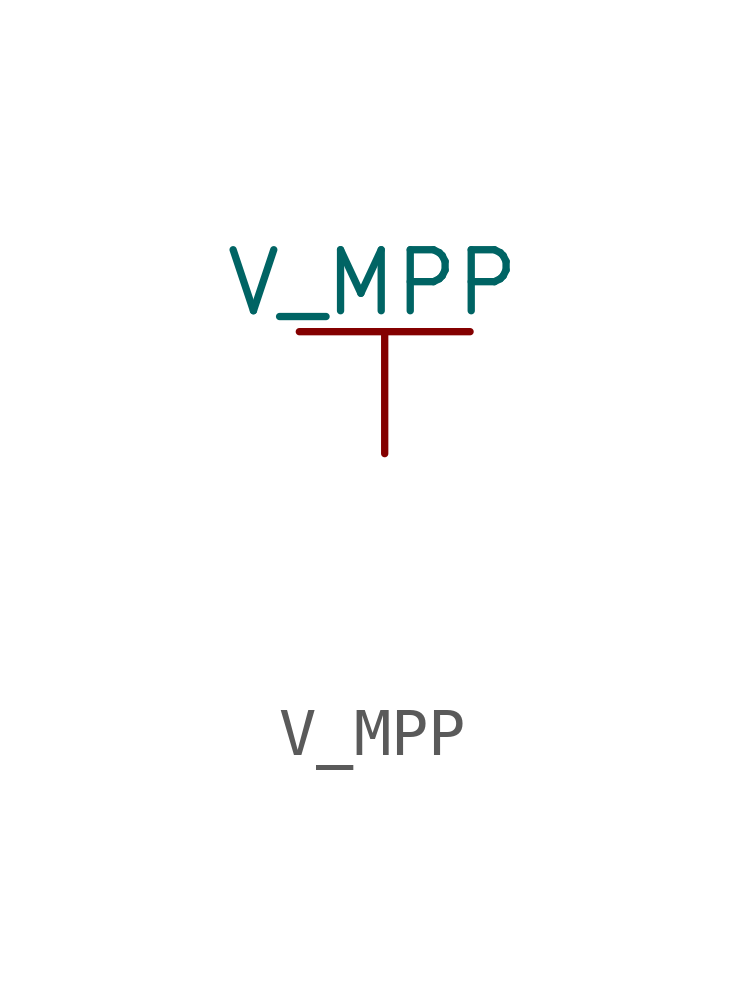
<source format=kicad_sym>
(kicad_symbol_lib
  (version 20231120)
  (generator "kicad_symbol_editor")
  (generator_version "8.0")
  (symbol "V_MPP"
    (power)
    (pin_numbers hide)
    (pin_names
      (offset 0) hide)
    (property "Reference" "#PWR"
      (at 0 -3.81 0)
      (effects (font (size 1.27 1.27)) (hide yes)))
    (property "Value" "V_MPP"
      (at -0.254 3.556 0)
      (effects (font (size 1.27 1.27))))
    (property "Footprint" ""
      (at 0 0 0)
      (effects (font (size 1.524 1.524))))
    (property "Datasheet" ""
      (at 0 -3.81 0)
      (effects (font (size 1.524 1.524))))
    (symbol "V_MPP_0_1"
      (polyline (pts (xy -1.778 2.54) (xy 0 2.54)) (stroke (width 0) (type default)) (fill (type none)))
      (polyline (pts (xy 0 0) (xy 0 2.54)) (stroke (width 0) (type default)) (fill (type none)))
      (polyline (pts (xy 0 2.54) (xy 1.778 2.54)) (stroke (width 0) (type default)) (fill (type none))))
    (symbol "V_MPP_1_1"
      (pin power_in line (at 0 0 90) (length 0) hide (name "+V_MPP" (effects (font (size 1.27 1.27)))) (number "1" (effects (font (size 1.27 1.27))))))))
</source>
